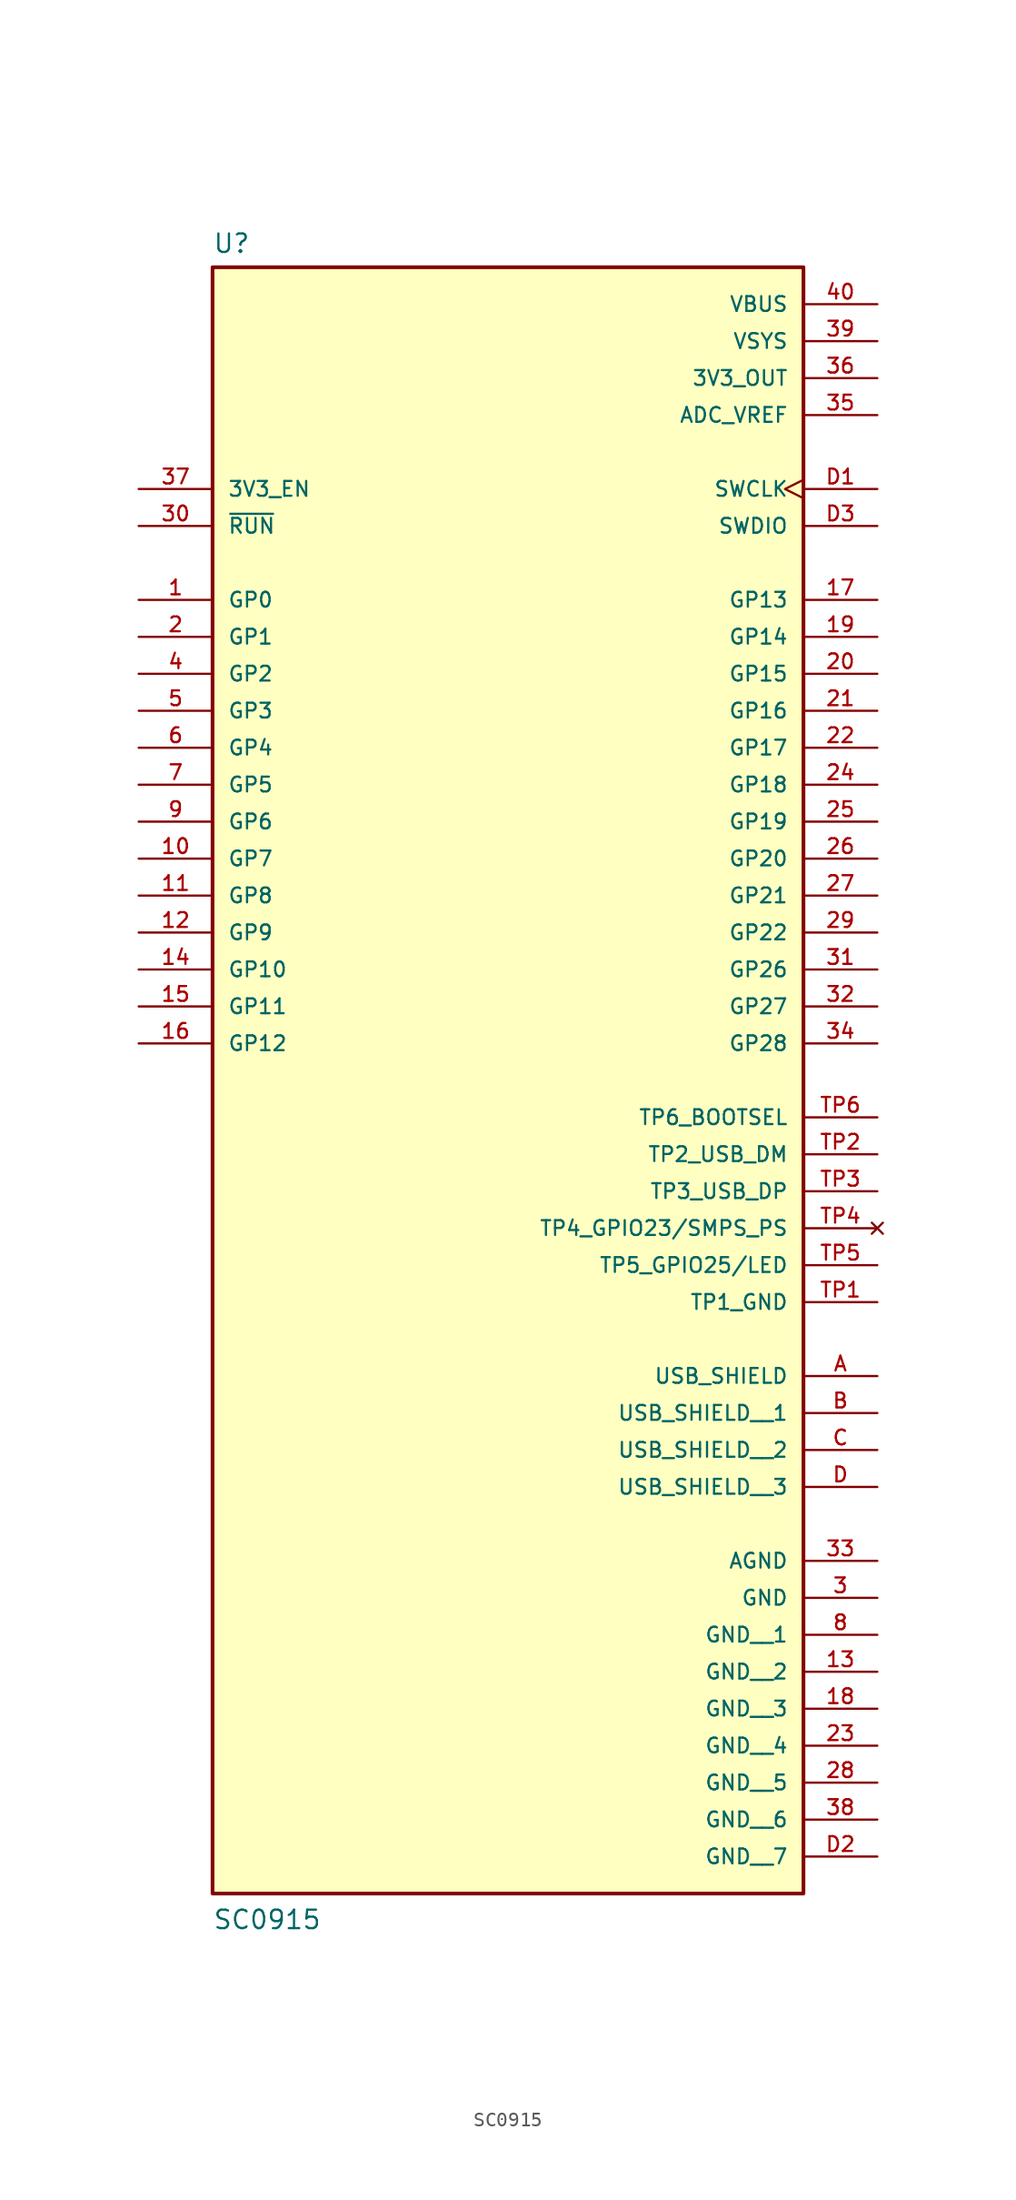
<source format=kicad_sym>
(kicad_symbol_lib
  (version 20211014)
  (generator kicad_symbol_editor)
  (symbol "SC0915"
    (pin_names
      (offset 1.016))
    (property "Reference" "U"
      (at -20.32 44.069 0)
      (effects (font (size 1.27 1.27)) (justify bottom left)))
    (property "Value" "SC0915"
      (at -20.32 -71.12 0)
      (effects (font (size 1.27 1.27)) (justify bottom left)))
    (symbol "SC0915_0_0"
      (rectangle (start -20.32 -68.58) (end 20.32 43.18) (stroke (width 0.254)) (fill (type background)))
      (pin bidirectional line (at -25.4 20.32 0) (length 5.08) (name "GP0" (effects (font (size 1.016 1.016)))) (number "1" (effects (font (size 1.016 1.016)))))
      (pin bidirectional line (at -25.4 17.78 0) (length 5.08) (name "GP1" (effects (font (size 1.016 1.016)))) (number "2" (effects (font (size 1.016 1.016)))))
      (pin power_in line (at 25.4 -48.26 180.0) (length 5.08) (name "GND" (effects (font (size 1.016 1.016)))) (number "3" (effects (font (size 1.016 1.016)))))
      (pin bidirectional line (at -25.4 15.24 0) (length 5.08) (name "GP2" (effects (font (size 1.016 1.016)))) (number "4" (effects (font (size 1.016 1.016)))))
      (pin bidirectional line (at -25.4 12.7 0) (length 5.08) (name "GP3" (effects (font (size 1.016 1.016)))) (number "5" (effects (font (size 1.016 1.016)))))
      (pin bidirectional line (at -25.4 10.16 0) (length 5.08) (name "GP4" (effects (font (size 1.016 1.016)))) (number "6" (effects (font (size 1.016 1.016)))))
      (pin bidirectional line (at -25.4 7.62 0) (length 5.08) (name "GP5" (effects (font (size 1.016 1.016)))) (number "7" (effects (font (size 1.016 1.016)))))
      (pin bidirectional line (at -25.4 5.08 0) (length 5.08) (name "GP6" (effects (font (size 1.016 1.016)))) (number "9" (effects (font (size 1.016 1.016)))))
      (pin bidirectional line (at -25.4 2.54 0) (length 5.08) (name "GP7" (effects (font (size 1.016 1.016)))) (number "10" (effects (font (size 1.016 1.016)))))
      (pin bidirectional line (at -25.4 -2.54 0) (length 5.08) (name "GP9" (effects (font (size 1.016 1.016)))) (number "12" (effects (font (size 1.016 1.016)))))
      (pin bidirectional line (at -25.4 0.0 0) (length 5.08) (name "GP8" (effects (font (size 1.016 1.016)))) (number "11" (effects (font (size 1.016 1.016)))))
      (pin bidirectional line (at -25.4 -5.08 0) (length 5.08) (name "GP10" (effects (font (size 1.016 1.016)))) (number "14" (effects (font (size 1.016 1.016)))))
      (pin bidirectional line (at -25.4 -7.62 0) (length 5.08) (name "GP11" (effects (font (size 1.016 1.016)))) (number "15" (effects (font (size 1.016 1.016)))))
      (pin bidirectional line (at -25.4 -10.16 0) (length 5.08) (name "GP12" (effects (font (size 1.016 1.016)))) (number "16" (effects (font (size 1.016 1.016)))))
      (pin bidirectional line (at 25.4 20.32 180.0) (length 5.08) (name "GP13" (effects (font (size 1.016 1.016)))) (number "17" (effects (font (size 1.016 1.016)))))
      (pin bidirectional line (at 25.4 17.78 180.0) (length 5.08) (name "GP14" (effects (font (size 1.016 1.016)))) (number "19" (effects (font (size 1.016 1.016)))))
      (pin bidirectional line (at 25.4 15.24 180.0) (length 5.08) (name "GP15" (effects (font (size 1.016 1.016)))) (number "20" (effects (font (size 1.016 1.016)))))
      (pin bidirectional line (at 25.4 12.7 180.0) (length 5.08) (name "GP16" (effects (font (size 1.016 1.016)))) (number "21" (effects (font (size 1.016 1.016)))))
      (pin bidirectional line (at 25.4 10.16 180.0) (length 5.08) (name "GP17" (effects (font (size 1.016 1.016)))) (number "22" (effects (font (size 1.016 1.016)))))
      (pin bidirectional line (at 25.4 7.62 180.0) (length 5.08) (name "GP18" (effects (font (size 1.016 1.016)))) (number "24" (effects (font (size 1.016 1.016)))))
      (pin bidirectional line (at 25.4 5.08 180.0) (length 5.08) (name "GP19" (effects (font (size 1.016 1.016)))) (number "25" (effects (font (size 1.016 1.016)))))
      (pin bidirectional line (at 25.4 2.54 180.0) (length 5.08) (name "GP20" (effects (font (size 1.016 1.016)))) (number "26" (effects (font (size 1.016 1.016)))))
      (pin bidirectional line (at 25.4 0.0 180.0) (length 5.08) (name "GP21" (effects (font (size 1.016 1.016)))) (number "27" (effects (font (size 1.016 1.016)))))
      (pin bidirectional line (at 25.4 -2.54 180.0) (length 5.08) (name "GP22" (effects (font (size 1.016 1.016)))) (number "29" (effects (font (size 1.016 1.016)))))
      (pin input line (at -25.4 25.4 0) (length 5.08) (name "~{RUN}" (effects (font (size 1.016 1.016)))) (number "30" (effects (font (size 1.016 1.016)))))
      (pin bidirectional line (at 25.4 -5.08 180.0) (length 5.08) (name "GP26" (effects (font (size 1.016 1.016)))) (number "31" (effects (font (size 1.016 1.016)))))
      (pin bidirectional line (at 25.4 -7.62 180.0) (length 5.08) (name "GP27" (effects (font (size 1.016 1.016)))) (number "32" (effects (font (size 1.016 1.016)))))
      (pin power_in line (at 25.4 -45.72 180.0) (length 5.08) (name "AGND" (effects (font (size 1.016 1.016)))) (number "33" (effects (font (size 1.016 1.016)))))
      (pin bidirectional line (at 25.4 -10.16 180.0) (length 5.08) (name "GP28" (effects (font (size 1.016 1.016)))) (number "34" (effects (font (size 1.016 1.016)))))
      (pin power_in line (at 25.4 33.02 180.0) (length 5.08) (name "ADC_VREF" (effects (font (size 1.016 1.016)))) (number "35" (effects (font (size 1.016 1.016)))))
      (pin power_in line (at 25.4 35.56 180.0) (length 5.08) (name "3V3_OUT" (effects (font (size 1.016 1.016)))) (number "36" (effects (font (size 1.016 1.016)))))
      (pin input line (at -25.4 27.94 0) (length 5.08) (name "3V3_EN" (effects (font (size 1.016 1.016)))) (number "37" (effects (font (size 1.016 1.016)))))
      (pin power_in line (at 25.4 38.1 180.0) (length 5.08) (name "VSYS" (effects (font (size 1.016 1.016)))) (number "39" (effects (font (size 1.016 1.016)))))
      (pin power_in line (at 25.4 40.64 180.0) (length 5.08) (name "VBUS" (effects (font (size 1.016 1.016)))) (number "40" (effects (font (size 1.016 1.016)))))
      (pin input clock (at 25.4 27.94 180.0) (length 5.08) (name "SWCLK" (effects (font (size 1.016 1.016)))) (number "D1" (effects (font (size 1.016 1.016)))))
      (pin bidirectional line (at 25.4 25.4 180.0) (length 5.08) (name "SWDIO" (effects (font (size 1.016 1.016)))) (number "D3" (effects (font (size 1.016 1.016)))))
      (pin power_in line (at 25.4 -27.94 180.0) (length 5.08) (name "TP1_GND" (effects (font (size 1.016 1.016)))) (number "TP1" (effects (font (size 1.016 1.016)))))
      (pin bidirectional line (at 25.4 -17.78 180.0) (length 5.08) (name "TP2_USB_DM" (effects (font (size 1.016 1.016)))) (number "TP2" (effects (font (size 1.016 1.016)))))
      (pin bidirectional line (at 25.4 -20.32 180.0) (length 5.08) (name "TP3_USB_DP" (effects (font (size 1.016 1.016)))) (number "TP3" (effects (font (size 1.016 1.016)))))
      (pin no_connect line (at 25.4 -22.86 180.0) (length 5.08) (name "TP4_GPIO23/SMPS_PS" (effects (font (size 1.016 1.016)))) (number "TP4" (effects (font (size 1.016 1.016)))))
      (pin output line (at 25.4 -25.4 180.0) (length 5.08) (name "TP5_GPIO25/LED" (effects (font (size 1.016 1.016)))) (number "TP5" (effects (font (size 1.016 1.016)))))
      (pin input line (at 25.4 -15.24 180.0) (length 5.08) (name "TP6_BOOTSEL" (effects (font (size 1.016 1.016)))) (number "TP6" (effects (font (size 1.016 1.016)))))
      (pin power_in line (at 25.4 -33.02 180.0) (length 5.08) (name "USB_SHIELD" (effects (font (size 1.016 1.016)))) (number "A" (effects (font (size 1.016 1.016)))))
      (pin power_in line (at 25.4 -35.56 180.0) (length 5.08) (name "USB_SHIELD__1" (effects (font (size 1.016 1.016)))) (number "B" (effects (font (size 1.016 1.016)))))
      (pin power_in line (at 25.4 -38.1 180.0) (length 5.08) (name "USB_SHIELD__2" (effects (font (size 1.016 1.016)))) (number "C" (effects (font (size 1.016 1.016)))))
      (pin power_in line (at 25.4 -40.64 180.0) (length 5.08) (name "USB_SHIELD__3" (effects (font (size 1.016 1.016)))) (number "D" (effects (font (size 1.016 1.016)))))
      (pin power_in line (at 25.4 -50.8 180.0) (length 5.08) (name "GND__1" (effects (font (size 1.016 1.016)))) (number "8" (effects (font (size 1.016 1.016)))))
      (pin power_in line (at 25.4 -53.34 180.0) (length 5.08) (name "GND__2" (effects (font (size 1.016 1.016)))) (number "13" (effects (font (size 1.016 1.016)))))
      (pin power_in line (at 25.4 -55.88 180.0) (length 5.08) (name "GND__3" (effects (font (size 1.016 1.016)))) (number "18" (effects (font (size 1.016 1.016)))))
      (pin power_in line (at 25.4 -58.42 180.0) (length 5.08) (name "GND__4" (effects (font (size 1.016 1.016)))) (number "23" (effects (font (size 1.016 1.016)))))
      (pin power_in line (at 25.4 -60.96 180.0) (length 5.08) (name "GND__5" (effects (font (size 1.016 1.016)))) (number "28" (effects (font (size 1.016 1.016)))))
      (pin power_in line (at 25.4 -63.5 180.0) (length 5.08) (name "GND__6" (effects (font (size 1.016 1.016)))) (number "38" (effects (font (size 1.016 1.016)))))
      (pin power_in line (at 25.4 -66.04 180.0) (length 5.08) (name "GND__7" (effects (font (size 1.016 1.016)))) (number "D2" (effects (font (size 1.016 1.016))))))))
</source>
